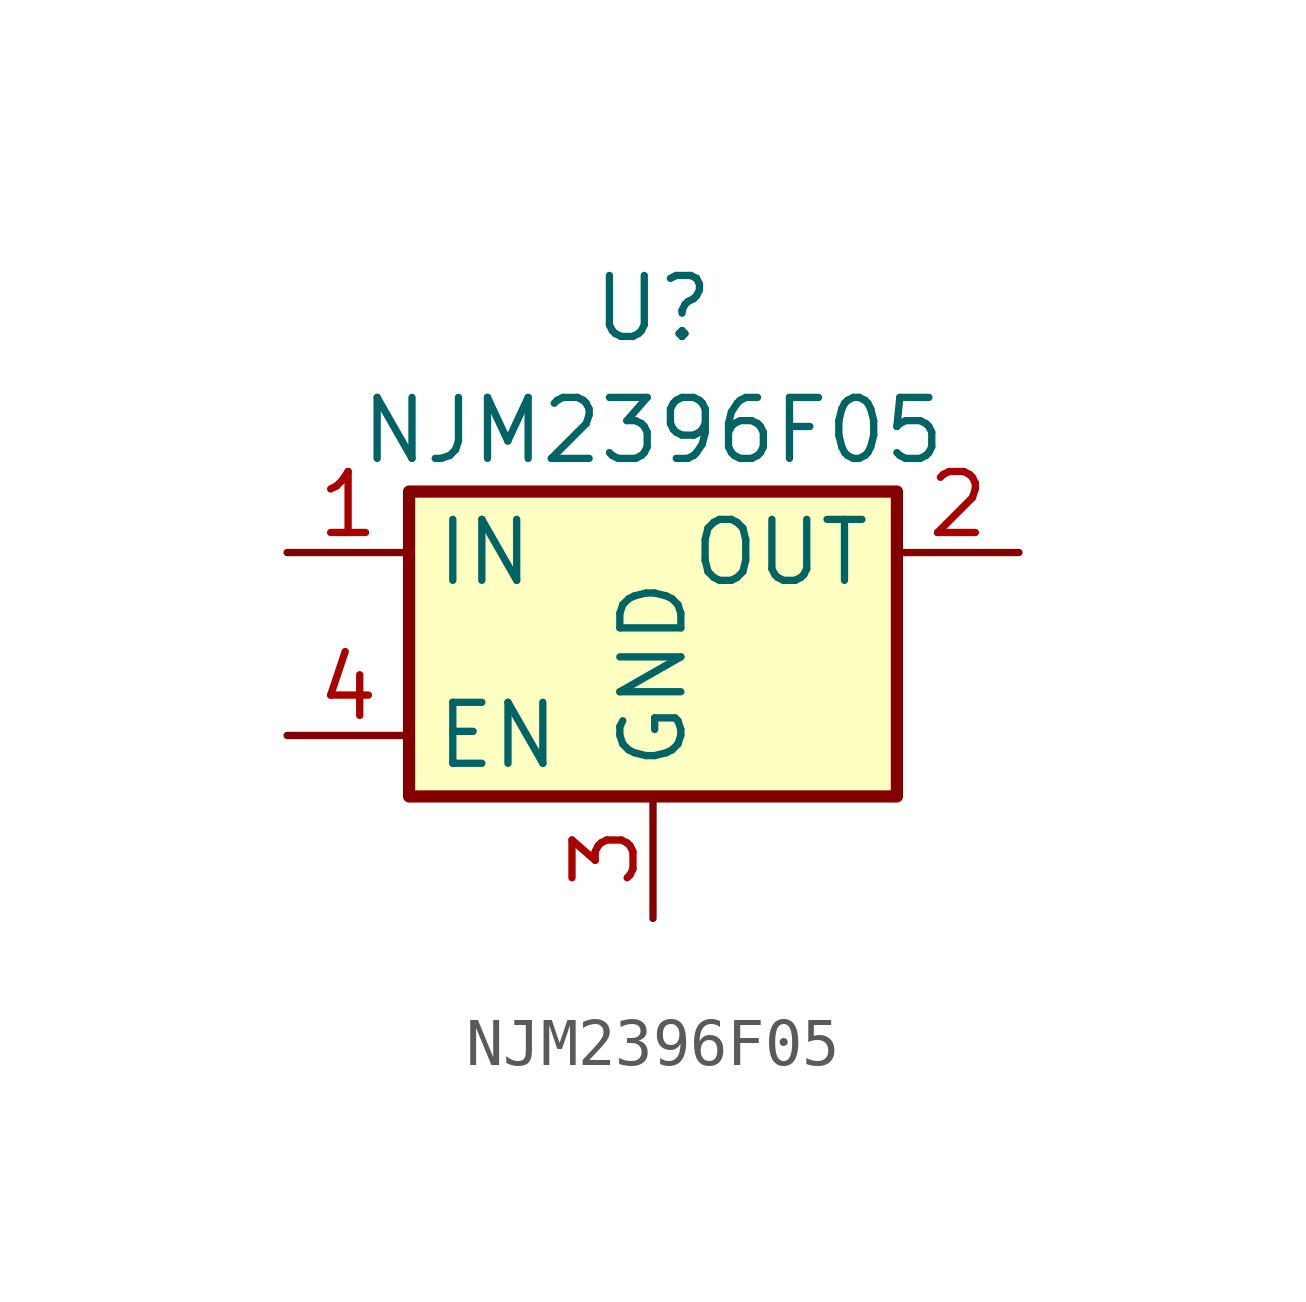
<source format=kicad_sym>
(kicad_symbol_lib
  (version 20211014)
  (generator kicad_symbol_editor)
  (symbol "NJM2396F05"
    (property "Reference" "U"
      (at 0 5.08 0)
      (effects (font (size 1.27 1.27))))
    (property "Value" "NJM2396F05"
      (at 0 2.54 0)
      (effects (font (size 1.27 1.27))))
    (symbol "NJM2396F05_0_1"
      (rectangle (start -5.08 1.27) (end 5.08 -5.08) (stroke (width 0.254) (type default) (color 0 0 0 0)) (fill (type background))))
    (symbol "NJM2396F05_1_1"
      (pin power_in line (at -7.62 0 0) (length 2.54) (name "IN" (effects (font (size 1.27 1.27)))) (number "1" (effects (font (size 1.27 1.27)))))
      (pin power_out line (at 7.62 0 180) (length 2.54) (name "OUT" (effects (font (size 1.27 1.27)))) (number "2" (effects (font (size 1.27 1.27)))))
      (pin power_in line (at 0 -7.62 90) (length 2.54) (name "GND" (effects (font (size 1.27 1.27)))) (number "3" (effects (font (size 1.27 1.27)))))
      (pin input line (at -7.62 -3.81 0) (length 2.54) (name "EN" (effects (font (size 1.27 1.27)))) (number "4" (effects (font (size 1.27 1.27))))))))
</source>
